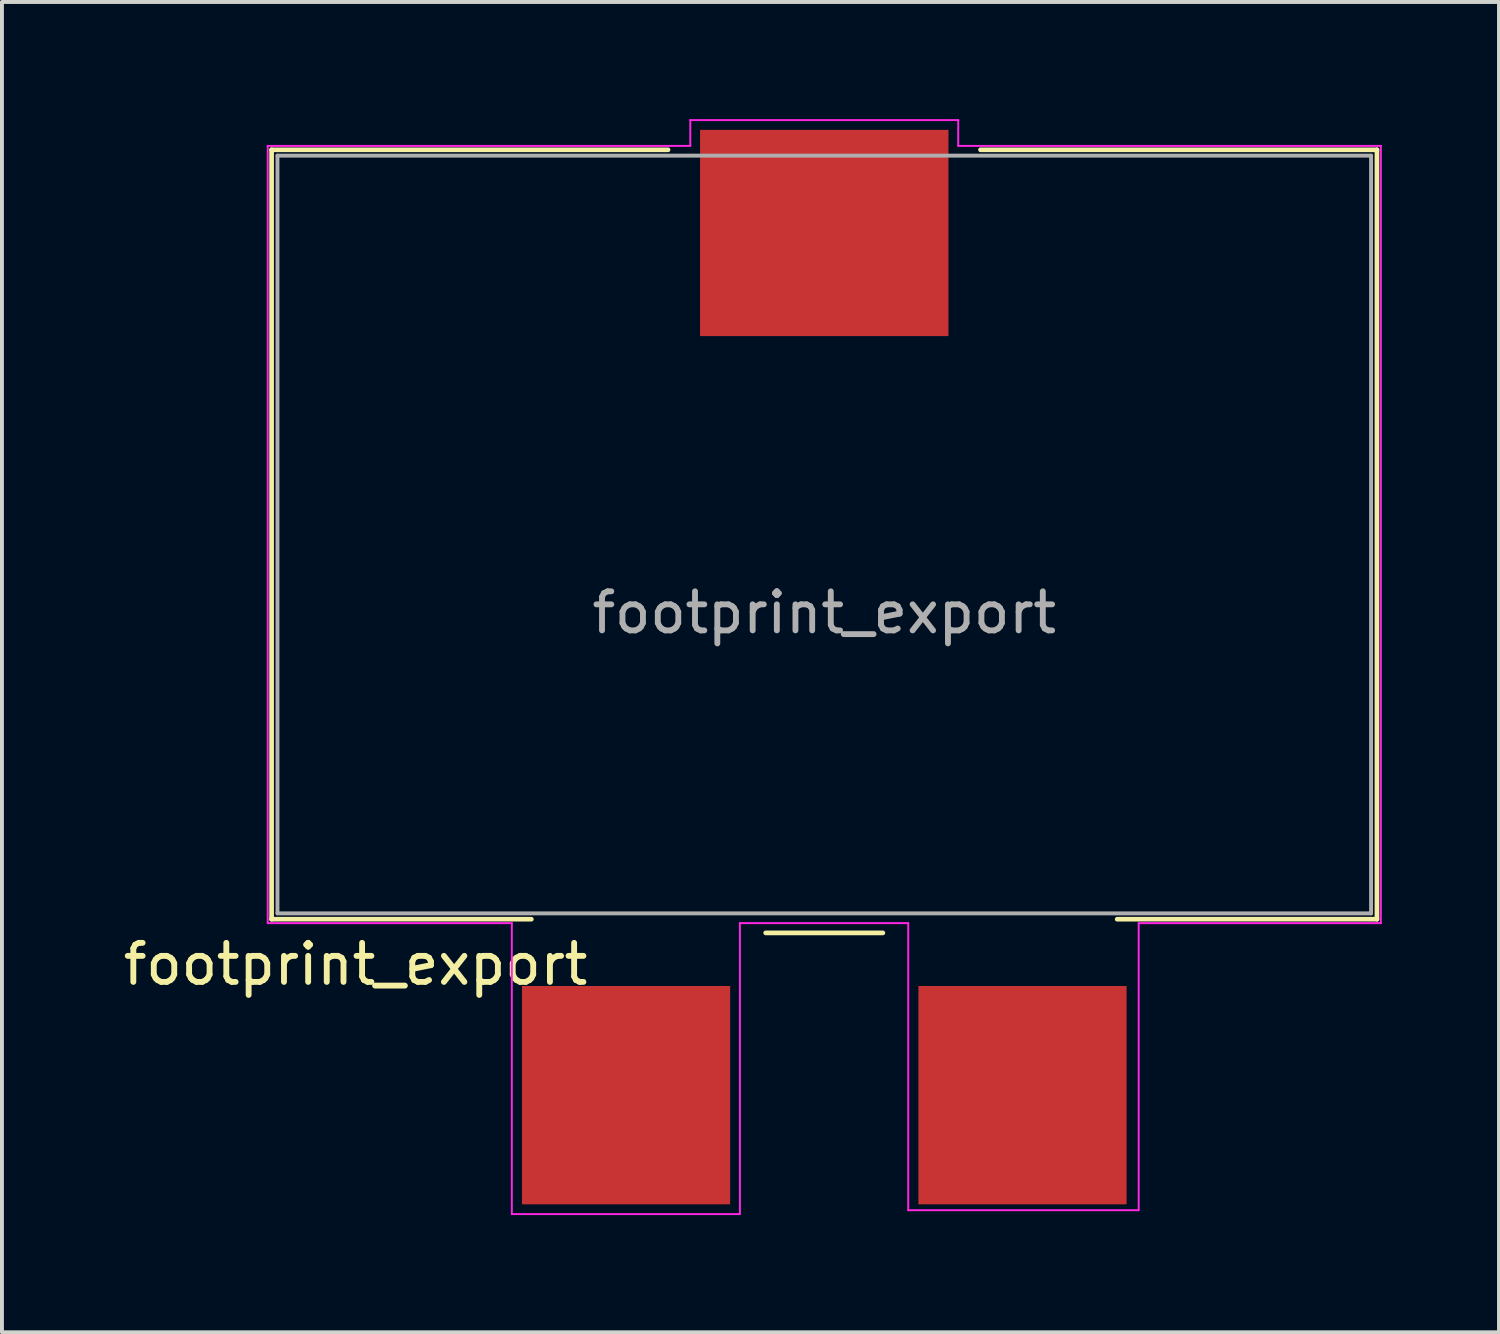
<source format=kicad_pcb>
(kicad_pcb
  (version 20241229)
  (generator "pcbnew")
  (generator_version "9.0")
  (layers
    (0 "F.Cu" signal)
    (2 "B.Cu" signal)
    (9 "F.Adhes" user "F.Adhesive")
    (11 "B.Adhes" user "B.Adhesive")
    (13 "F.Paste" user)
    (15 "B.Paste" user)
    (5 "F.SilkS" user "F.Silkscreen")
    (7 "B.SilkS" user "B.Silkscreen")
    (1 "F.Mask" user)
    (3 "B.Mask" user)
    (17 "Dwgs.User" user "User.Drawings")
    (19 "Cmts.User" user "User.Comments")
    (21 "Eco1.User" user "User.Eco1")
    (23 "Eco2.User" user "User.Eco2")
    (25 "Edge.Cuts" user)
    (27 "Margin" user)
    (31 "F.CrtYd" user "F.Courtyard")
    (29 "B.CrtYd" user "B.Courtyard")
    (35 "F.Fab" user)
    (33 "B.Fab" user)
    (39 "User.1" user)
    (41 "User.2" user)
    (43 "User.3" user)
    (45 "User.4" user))
  (footprint "footprint_export"
    (layer "F.Cu")
    (at 18.054 10.635)
    (property "Reference" "footprint_export" (at -12 11 0) (layer "F.SilkS") (effects (font (size 1 1) (thickness 0.15))))
    (attr smd)
    (fp_line (start -14.15 -9.85) (end -4 -9.85) (stroke (width 0.12) (type solid)) (layer "F.SilkS"))
    (fp_line (start -14.15 9.85) (end -14.15 -9.85) (stroke (width 0.12) (type solid)) (layer "F.SilkS"))
    (fp_line (start -7.5 9.85) (end -14.15 9.85) (stroke (width 0.12) (type solid)) (layer "F.SilkS"))
    (fp_line (start 1.5 10.2) (end -1.5 10.2) (stroke (width 0.12) (type solid)) (layer "F.SilkS"))
    (fp_line (start 4 -9.85) (end 14.15 -9.85) (stroke (width 0.12) (type solid)) (layer "F.SilkS"))
    (fp_line (start 14.15 -9.85) (end 14.15 9.85) (stroke (width 0.12) (type solid)) (layer "F.SilkS"))
    (fp_line (start 14.15 9.85) (end 7.5 9.85) (stroke (width 0.12) (type solid)) (layer "F.SilkS"))
    (fp_line (start -14.25 -9.95) (end -3.43 -9.95) (stroke (width 0.05) (type solid)) (layer "F.CrtYd"))
    (fp_line (start -14.25 9.95) (end -14.25 -9.95) (stroke (width 0.05) (type solid)) (layer "F.CrtYd"))
    (fp_line (start -8 9.95) (end -14.25 9.95) (stroke (width 0.05) (type solid)) (layer "F.CrtYd"))
    (fp_line (start -8 17.4) (end -8 9.95) (stroke (width 0.05) (type solid)) (layer "F.CrtYd"))
    (fp_line (start -3.43 -10.61) (end 3.43 -10.61) (stroke (width 0.05) (type solid)) (layer "F.CrtYd"))
    (fp_line (start -3.43 -9.95) (end -3.43 -10.61) (stroke (width 0.05) (type solid)) (layer "F.CrtYd"))
    (fp_line (start -2.16 9.95) (end -2.16 17.4) (stroke (width 0.05) (type solid)) (layer "F.CrtYd"))
    (fp_line (start -2.16 17.4) (end -8 17.4) (stroke (width 0.05) (type solid)) (layer "F.CrtYd"))
    (fp_line (start 2.15 9.95) (end -2.16 9.95) (stroke (width 0.05) (type solid)) (layer "F.CrtYd"))
    (fp_line (start 2.15 17.3) (end 2.15 9.95) (stroke (width 0.05) (type solid)) (layer "F.CrtYd"))
    (fp_line (start 3.43 -10.61) (end 3.43 -9.95) (stroke (width 0.05) (type solid)) (layer "F.CrtYd"))
    (fp_line (start 3.43 -9.95) (end 14.25 -9.95) (stroke (width 0.05) (type solid)) (layer "F.CrtYd"))
    (fp_line (start 8.05 9.95) (end 8.05 17.3) (stroke (width 0.05) (type solid)) (layer "F.CrtYd"))
    (fp_line (start 8.05 17.3) (end 2.15 17.3) (stroke (width 0.05) (type solid)) (layer "F.CrtYd"))
    (fp_line (start 14.25 -9.95) (end 14.25 9.95) (stroke (width 0.05) (type solid)) (layer "F.CrtYd"))
    (fp_line (start 14.25 9.95) (end 8.05 9.95) (stroke (width 0.05) (type solid)) (layer "F.CrtYd"))
    (fp_line (start -14 -9.7) (end 14 -9.7) (stroke (width 0.1) (type solid)) (layer "F.Fab"))
    (fp_line (start -14 9.7) (end -14 -9.7) (stroke (width 0.1) (type solid)) (layer "F.Fab"))
    (fp_line (start 14 -9.7) (end 14 9.7) (stroke (width 0.1) (type solid)) (layer "F.Fab"))
    (fp_line (start 14 9.7) (end -14 9.7) (stroke (width 0.1) (type solid)) (layer "F.Fab"))
    (fp_text user "${REFERENCE}" (at 0 2 0) (layer "F.Fab") (effects (font (size 1 1) (thickness 0.15))))
    (pad "" smd rect (at 0 -7.72) (size 6.36 5.28) (layers "F.Cu" "F.Mask" "F.Paste"))
    (pad "1" smd rect (at -5.075 14.355) (size 5.33 5.59) (layers "F.Cu" "F.Mask" "F.Paste"))
    (pad "2" smd rect (at 5.075 14.355) (size 5.33 5.59) (layers "F.Cu" "F.Mask" "F.Paste")))
  (gr_rect
    (start -3 -3)
    (end 35.329 31.06)
    (stroke (width 0.1) (type default))
    (fill no)
    (layer "Edge.Cuts")))
</source>
